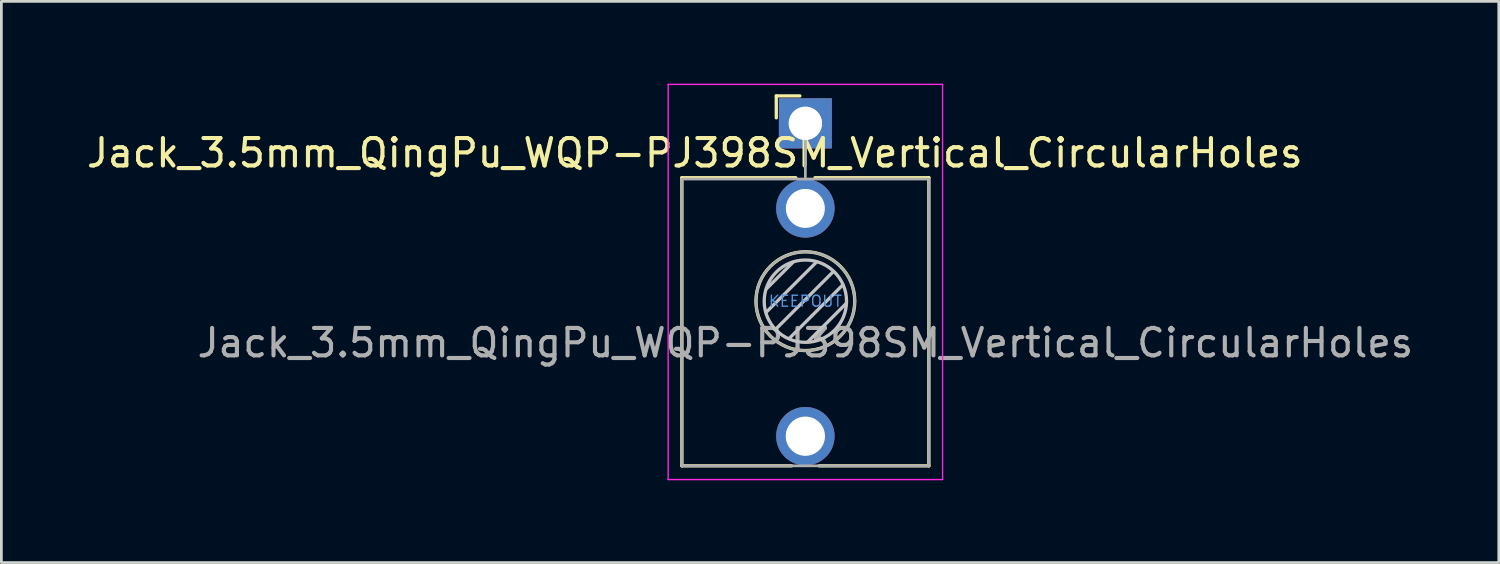
<source format=kicad_pcb>
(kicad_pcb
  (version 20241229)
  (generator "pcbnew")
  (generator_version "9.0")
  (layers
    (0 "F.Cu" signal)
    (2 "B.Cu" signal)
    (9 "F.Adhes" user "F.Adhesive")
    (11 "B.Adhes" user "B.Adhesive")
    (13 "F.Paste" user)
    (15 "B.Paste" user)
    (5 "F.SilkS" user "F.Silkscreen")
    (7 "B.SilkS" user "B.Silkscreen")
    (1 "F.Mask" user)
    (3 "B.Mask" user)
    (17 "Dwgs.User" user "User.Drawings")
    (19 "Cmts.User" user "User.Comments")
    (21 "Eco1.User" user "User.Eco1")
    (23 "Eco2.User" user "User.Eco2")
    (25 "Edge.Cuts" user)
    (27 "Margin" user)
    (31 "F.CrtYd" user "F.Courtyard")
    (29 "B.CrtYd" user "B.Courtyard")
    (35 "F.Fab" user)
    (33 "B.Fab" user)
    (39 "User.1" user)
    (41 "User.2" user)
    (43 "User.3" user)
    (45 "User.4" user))
  (footprint "Jack_3.5mm_QingPu_WQP-PJ398SM_Vertical_CircularHoles"
    (layer "F.Cu")
    (at 26.298 1.445)
    (property "Reference" "Jack_3.5mm_QingPu_WQP-PJ398SM_Vertical_CircularHoles" (at -4.03 1.08 180) (layer "F.SilkS") (effects (font (size 1 1) (thickness 0.15))))
    (attr through_hole)
    (fp_line (start -4.5 1.98) (end -4.5 12.48) (stroke (width 0.12) (type solid)) (layer "F.SilkS"))
    (fp_line (start -1.06 -1) (end -1.06 -0.2) (stroke (width 0.12) (type solid)) (layer "F.SilkS"))
    (fp_line (start -1.06 -1) (end -0.2 -1) (stroke (width 0.12) (type solid)) (layer "F.SilkS"))
    (fp_line (start -0.5 12.48) (end -4.5 12.48) (stroke (width 0.12) (type solid)) (layer "F.SilkS"))
    (fp_line (start -0.35 1.98) (end -4.5 1.98) (stroke (width 0.12) (type solid)) (layer "F.SilkS"))
    (fp_line (start 4.5 1.98) (end 0.35 1.98) (stroke (width 0.12) (type solid)) (layer "F.SilkS"))
    (fp_line (start 4.5 1.98) (end 4.5 12.48) (stroke (width 0.12) (type solid)) (layer "F.SilkS"))
    (fp_line (start 4.5 12.48) (end 0.5 12.48) (stroke (width 0.12) (type solid)) (layer "F.SilkS"))
    (fp_circle (center 0 6.48) (end 1.8 6.48) (stroke (width 0.12) (type solid)) (fill no) (layer "F.SilkS"))
    (fp_line (start -1.42 6.875) (end 0.4 5.06) (stroke (width 0.12) (type solid)) (layer "Dwgs.User"))
    (fp_line (start -1.41 6.02) (end -0.46 5.07) (stroke (width 0.12) (type solid)) (layer "Dwgs.User"))
    (fp_line (start -1.07 7.49) (end 1.01 5.41) (stroke (width 0.12) (type solid)) (layer "Dwgs.User"))
    (fp_line (start -0.58 7.83) (end 1.36 5.89) (stroke (width 0.12) (type solid)) (layer "Dwgs.User"))
    (fp_line (start 0.09 7.96) (end 1.48 6.57) (stroke (width 0.12) (type solid)) (layer "Dwgs.User"))
    (fp_circle (center 0 6.48) (end 1.5 6.48) (stroke (width 0.12) (type solid)) (fill no) (layer "Dwgs.User"))
    (fp_line (start -5 12.98) (end -5 -1.42) (stroke (width 0.05) (type solid)) (layer "F.CrtYd"))
    (fp_line (start 5 -1.42) (end -5 -1.42) (stroke (width 0.05) (type solid)) (layer "F.CrtYd"))
    (fp_line (start 5 12.98) (end -5 12.98) (stroke (width 0.05) (type solid)) (layer "F.CrtYd"))
    (fp_line (start 5 12.98) (end 5 -1.42) (stroke (width 0.05) (type solid)) (layer "F.CrtYd"))
    (fp_line (start -4.5 12.48) (end -4.5 2.08) (stroke (width 0.1) (type solid)) (layer "F.Fab"))
    (fp_line (start 0 0) (end 0 2.03) (stroke (width 0.1) (type solid)) (layer "F.Fab"))
    (fp_line (start 4.5 2.03) (end -4.5 2.03) (stroke (width 0.1) (type solid)) (layer "F.Fab"))
    (fp_line (start 4.5 12.48) (end -4.5 12.48) (stroke (width 0.1) (type solid)) (layer "F.Fab"))
    (fp_line (start 4.5 12.48) (end 4.5 2.08) (stroke (width 0.1) (type solid)) (layer "F.Fab"))
    (fp_circle (center 0 6.48) (end 1.8 6.48) (stroke (width 0.1) (type solid)) (fill no) (layer "F.Fab"))
    (fp_text user "KEEPOUT" (at 0 6.48 0) (layer "Cmts.User") (effects (font (size 0.4 0.4) (thickness 0.051))))
    (fp_text user "${REFERENCE}" (at 0 8 180) (layer "F.Fab") (effects (font (size 1 1) (thickness 0.15))))
    (pad "1" thru_hole rect (at 0 0 180) (size 1.93 1.83) (drill 1.22) (layers "*.Cu" "*.Mask"))
    (pad "2" thru_hole circle (at 0 3.1 180) (size 2.13 2.13) (drill 1.42) (layers "*.Cu" "*.Mask"))
    (pad "3" thru_hole circle (at 0 11.4 180) (size 2.13 2.13) (drill 1.43) (layers "*.Cu" "*.Mask")))
  (gr_rect
    (start -3 -3)
    (end 51.566 17.45)
    (stroke (width 0.1) (type default))
    (fill no)
    (layer "Edge.Cuts")))
</source>
